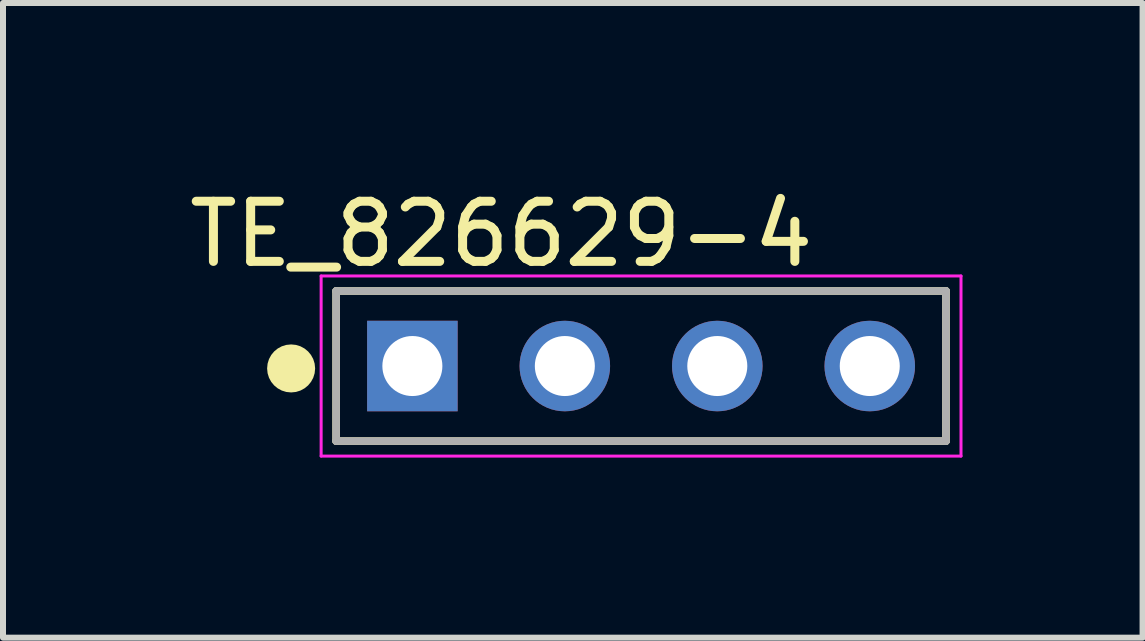
<source format=kicad_pcb>
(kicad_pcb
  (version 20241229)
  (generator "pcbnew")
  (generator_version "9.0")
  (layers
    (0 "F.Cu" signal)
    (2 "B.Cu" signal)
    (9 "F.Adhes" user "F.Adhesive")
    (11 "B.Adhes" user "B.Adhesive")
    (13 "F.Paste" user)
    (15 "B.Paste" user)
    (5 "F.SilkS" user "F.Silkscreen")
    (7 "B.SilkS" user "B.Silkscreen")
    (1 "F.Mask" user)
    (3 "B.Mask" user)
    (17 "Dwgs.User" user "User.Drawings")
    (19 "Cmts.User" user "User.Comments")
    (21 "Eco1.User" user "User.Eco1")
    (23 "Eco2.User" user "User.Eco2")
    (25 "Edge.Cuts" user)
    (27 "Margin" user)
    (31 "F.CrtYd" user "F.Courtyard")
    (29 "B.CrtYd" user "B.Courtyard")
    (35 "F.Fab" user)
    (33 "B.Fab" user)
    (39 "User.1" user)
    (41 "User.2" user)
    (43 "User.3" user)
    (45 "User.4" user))
  (footprint "TE_826629-4"
    (layer "F.Cu")
    (at 7.63 3.048)
    (property "Reference" "TE_826629-4" (at -2.329 -2.199 0) (layer "F.SilkS") (effects (font (size 1.002 1.002) (thickness 0.15))))
    (attr through_hole)
    (fp_line (start -5.08 -1.25) (end -5.08 1.25) (stroke (width 0.127) (type solid)) (layer "F.SilkS"))
    (fp_line (start -5.08 1.25) (end 5.08 1.25) (stroke (width 0.127) (type solid)) (layer "F.SilkS"))
    (fp_line (start 5.08 -1.25) (end -5.08 -1.25) (stroke (width 0.127) (type solid)) (layer "F.SilkS"))
    (fp_line (start 5.08 1.25) (end 5.08 -1.25) (stroke (width 0.127) (type solid)) (layer "F.SilkS"))
    (fp_circle (center -5.83 0.04) (end -5.63 0.04) (stroke (width 0.4) (type solid)) (fill no) (layer "F.SilkS"))
    (fp_line (start -5.33 -1.5) (end 5.33 -1.5) (stroke (width 0.05) (type solid)) (layer "F.CrtYd"))
    (fp_line (start -5.33 1.5) (end -5.33 -1.5) (stroke (width 0.05) (type solid)) (layer "F.CrtYd"))
    (fp_line (start 5.33 -1.5) (end 5.33 1.5) (stroke (width 0.05) (type solid)) (layer "F.CrtYd"))
    (fp_line (start 5.33 1.5) (end -5.33 1.5) (stroke (width 0.05) (type solid)) (layer "F.CrtYd"))
    (fp_line (start -5.08 -1.25) (end -5.08 1.25) (stroke (width 0.127) (type solid)) (layer "F.Fab"))
    (fp_line (start -5.08 1.25) (end 5.08 1.25) (stroke (width 0.127) (type solid)) (layer "F.Fab"))
    (fp_line (start 5.08 -1.25) (end -5.08 -1.25) (stroke (width 0.127) (type solid)) (layer "F.Fab"))
    (fp_line (start 5.08 1.25) (end 5.08 -1.25) (stroke (width 0.127) (type solid)) (layer "F.Fab"))
    (fp_circle (center -3.83 0.04) (end -3.63 0.04) (stroke (width 0.4) (type solid)) (fill no) (layer "F.Fab"))
    (pad "1" thru_hole rect (at -3.81 0) (size 1.508 1.508) (drill 1) (layers "*.Cu" "*.Mask"))
    (pad "2" thru_hole circle (at -1.27 0) (size 1.508 1.508) (drill 1) (layers "*.Cu" "*.Mask"))
    (pad "3" thru_hole circle (at 1.27 0) (size 1.508 1.508) (drill 1) (layers "*.Cu" "*.Mask"))
    (pad "4" thru_hole circle (at 3.81 0) (size 1.508 1.508) (drill 1) (layers "*.Cu" "*.Mask")))
  (gr_rect
    (start -3 -3)
    (end 15.985 7.573)
    (stroke (width 0.1) (type default))
    (fill no)
    (layer "Edge.Cuts")))
</source>
